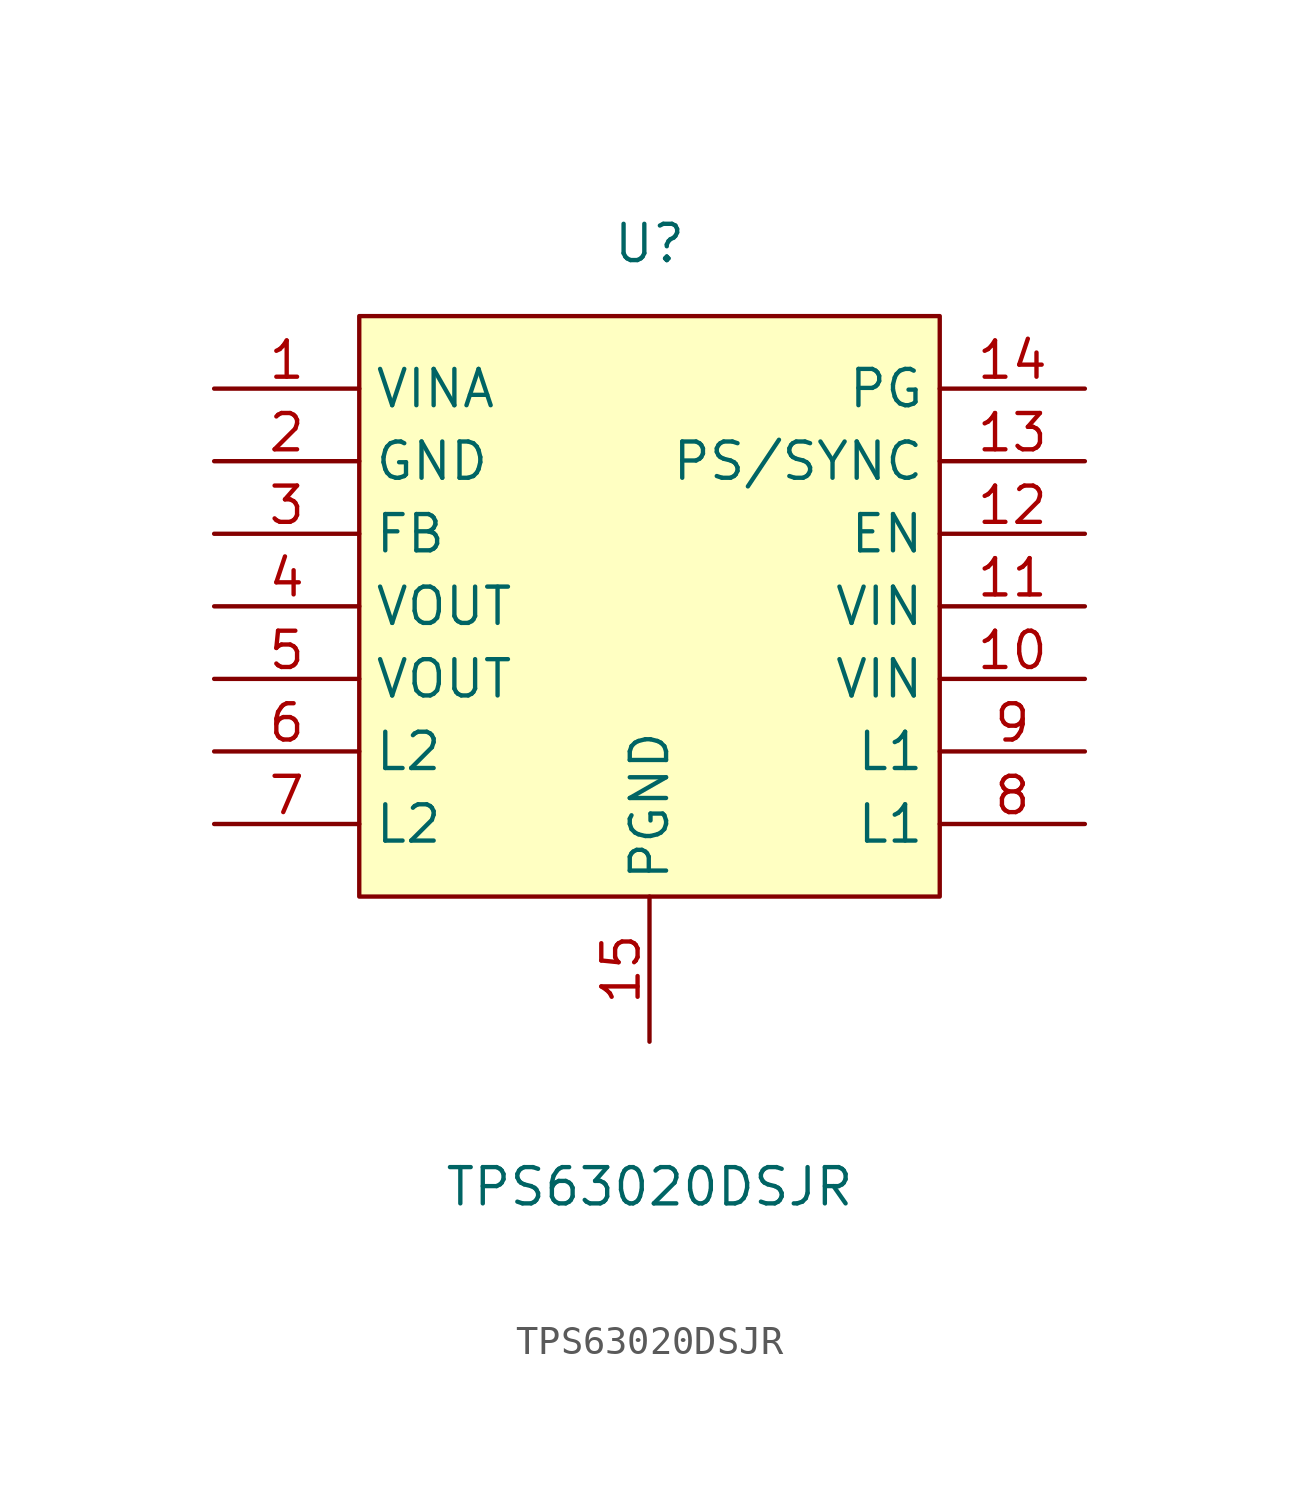
<source format=kicad_sym>
(kicad_symbol_lib
  (version 20231120)
  (generator "kicad_symbol_editor")
  (generator_version "8.0")
  (symbol "TPS63020DSJR"
    (property "Reference" "U"
      (at 0 15.24 0)
      (effects (font (size 1.27 1.27))))
    (property "Value" "TPS63020DSJR"
      (at 0 -17.78 0)
      (effects (font (size 1.27 1.27))))
    (symbol "TPS63020DSJR_0_1"
      (rectangle (start -10.16 12.70) (end 10.16 -7.62) (stroke (width 0) (type default) (color 0 0 0 0)) (fill (type background)))
      (pin unspecified line (at -15.24 10.16 0) (length 5.08) (name "VINA" (effects (font (size 1.27 1.27)))) (number "1" (effects (font (size 1.27 1.27)))))
      (pin unspecified line (at -15.24 7.62 0) (length 5.08) (name "GND" (effects (font (size 1.27 1.27)))) (number "2" (effects (font (size 1.27 1.27)))))
      (pin unspecified line (at -15.24 5.08 0) (length 5.08) (name "FB" (effects (font (size 1.27 1.27)))) (number "3" (effects (font (size 1.27 1.27)))))
      (pin unspecified line (at -15.24 2.54 0) (length 5.08) (name "VOUT" (effects (font (size 1.27 1.27)))) (number "4" (effects (font (size 1.27 1.27)))))
      (pin unspecified line (at -15.24 -0.00 0) (length 5.08) (name "VOUT" (effects (font (size 1.27 1.27)))) (number "5" (effects (font (size 1.27 1.27)))))
      (pin unspecified line (at -15.24 -2.54 0) (length 5.08) (name "L2" (effects (font (size 1.27 1.27)))) (number "6" (effects (font (size 1.27 1.27)))))
      (pin unspecified line (at -15.24 -5.08 0) (length 5.08) (name "L2" (effects (font (size 1.27 1.27)))) (number "7" (effects (font (size 1.27 1.27)))))
      (pin unspecified line (at 15.24 -5.08 180) (length 5.08) (name "L1" (effects (font (size 1.27 1.27)))) (number "8" (effects (font (size 1.27 1.27)))))
      (pin unspecified line (at 15.24 -2.54 180) (length 5.08) (name "L1" (effects (font (size 1.27 1.27)))) (number "9" (effects (font (size 1.27 1.27)))))
      (pin unspecified line (at 15.24 -0.00 180) (length 5.08) (name "VIN" (effects (font (size 1.27 1.27)))) (number "10" (effects (font (size 1.27 1.27)))))
      (pin unspecified line (at 15.24 2.54 180) (length 5.08) (name "VIN" (effects (font (size 1.27 1.27)))) (number "11" (effects (font (size 1.27 1.27)))))
      (pin unspecified line (at 15.24 5.08 180) (length 5.08) (name "EN" (effects (font (size 1.27 1.27)))) (number "12" (effects (font (size 1.27 1.27)))))
      (pin unspecified line (at 15.24 7.62 180) (length 5.08) (name "PS/SYNC" (effects (font (size 1.27 1.27)))) (number "13" (effects (font (size 1.27 1.27)))))
      (pin unspecified line (at 15.24 10.16 180) (length 5.08) (name "PG" (effects (font (size 1.27 1.27)))) (number "14" (effects (font (size 1.27 1.27)))))
      (pin unspecified line (at 0.00 -12.70 90) (length 5.08) (name "PGND" (effects (font (size 1.27 1.27)))) (number "15" (effects (font (size 1.27 1.27))))))))
</source>
